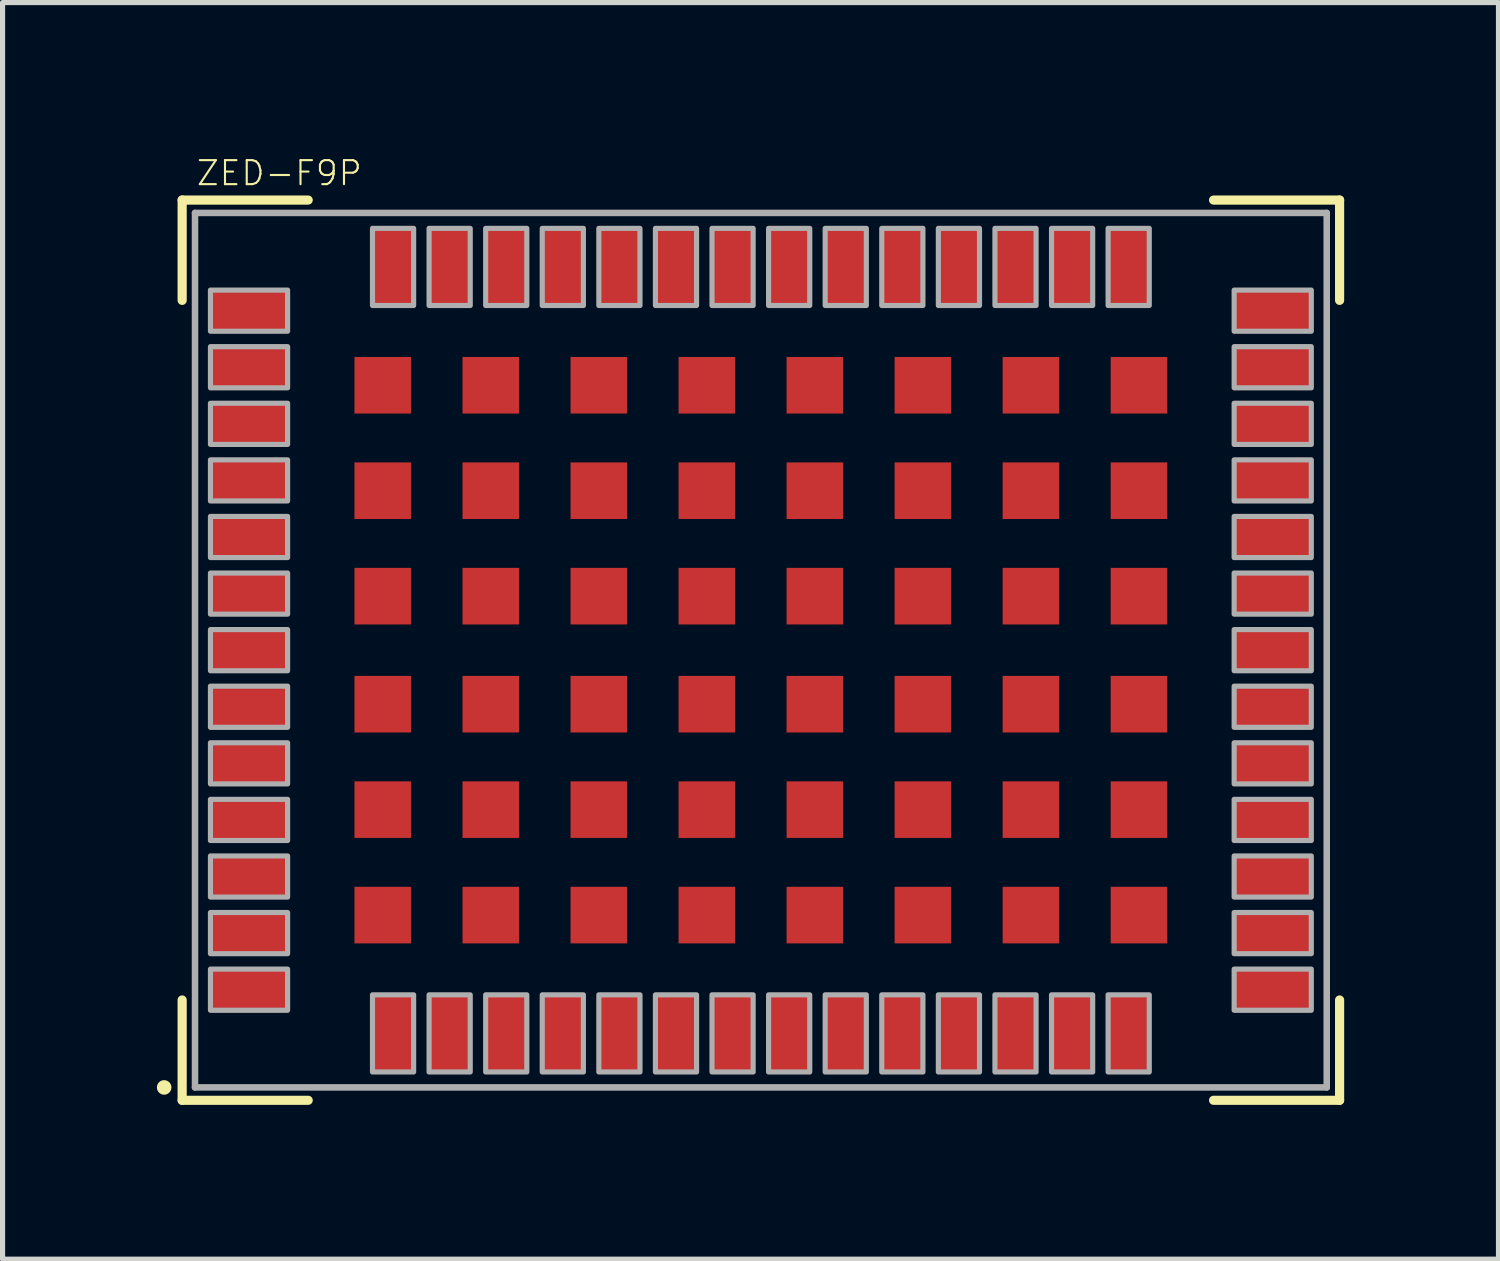
<source format=kicad_pcb>
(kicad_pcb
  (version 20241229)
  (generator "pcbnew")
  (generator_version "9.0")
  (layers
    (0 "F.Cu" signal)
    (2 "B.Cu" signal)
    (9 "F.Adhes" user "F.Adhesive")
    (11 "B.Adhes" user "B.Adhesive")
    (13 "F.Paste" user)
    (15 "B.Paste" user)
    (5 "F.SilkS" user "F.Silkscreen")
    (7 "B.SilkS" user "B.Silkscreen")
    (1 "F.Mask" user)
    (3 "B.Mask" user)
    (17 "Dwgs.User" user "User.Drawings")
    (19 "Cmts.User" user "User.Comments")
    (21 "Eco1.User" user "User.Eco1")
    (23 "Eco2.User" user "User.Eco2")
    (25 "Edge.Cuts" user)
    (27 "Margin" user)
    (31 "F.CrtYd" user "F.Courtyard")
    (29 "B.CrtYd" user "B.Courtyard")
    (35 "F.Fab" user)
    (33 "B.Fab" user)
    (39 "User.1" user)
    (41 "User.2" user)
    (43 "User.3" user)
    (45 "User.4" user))
  (footprint "ZED-F9P"
    (layer "F.Cu")
    (at 11.741 9.589)
    (property "Reference" "ZED-F9P" (at -11 -9 0) (layer "F.SilkS") (effects (font (size 0.467 0.467) (thickness 0.041)) (justify left bottom)))
    (fp_line (start -11.25 -8.75) (end -8.8 -8.75) (stroke (width 0.178) (type solid)) (layer "F.SilkS"))
    (fp_line (start -11.25 -6.8) (end -11.25 -8.75) (stroke (width 0.178) (type solid)) (layer "F.SilkS"))
    (fp_line (start -11.25 8.75) (end -11.25 6.8) (stroke (width 0.178) (type solid)) (layer "F.SilkS"))
    (fp_line (start -8.8 8.75) (end -11.25 8.75) (stroke (width 0.178) (type solid)) (layer "F.SilkS"))
    (fp_line (start 8.8 -8.75) (end 11.25 -8.75) (stroke (width 0.178) (type solid)) (layer "F.SilkS"))
    (fp_line (start 11.25 -8.75) (end 11.25 -6.8) (stroke (width 0.178) (type solid)) (layer "F.SilkS"))
    (fp_line (start 11.25 6.8) (end 11.25 8.75) (stroke (width 0.178) (type solid)) (layer "F.SilkS"))
    (fp_line (start 11.25 8.75) (end 8.8 8.75) (stroke (width 0.178) (type solid)) (layer "F.SilkS"))
    (fp_circle (center -11.6 8.5) (end -11.529 8.5) (stroke (width 0.141) (type solid)) (fill yes) (layer "F.SilkS"))
    (fp_poly (pts (xy -7.8 -4.7) (xy -6.9 -4.7) (xy -6.9 -5.6) (xy -7.8 -5.6)) (stroke (width 0) (type default)) (fill yes) (layer "F.Paste"))
    (fp_poly (pts (xy -7.8 -2.65) (xy -6.9 -2.65) (xy -6.9 -3.55) (xy -7.8 -3.55)) (stroke (width 0) (type default)) (fill yes) (layer "F.Paste"))
    (fp_poly (pts (xy -7.8 -0.6) (xy -6.9 -0.6) (xy -6.9 -1.5) (xy -7.8 -1.5)) (stroke (width 0) (type default)) (fill yes) (layer "F.Paste"))
    (fp_poly (pts (xy -7.8 1.5) (xy -6.9 1.5) (xy -6.9 0.6) (xy -7.8 0.6)) (stroke (width 0) (type default)) (fill yes) (layer "F.Paste"))
    (fp_poly (pts (xy -7.8 3.55) (xy -6.9 3.55) (xy -6.9 2.65) (xy -7.8 2.65)) (stroke (width 0) (type default)) (fill yes) (layer "F.Paste"))
    (fp_poly (pts (xy -7.8 5.6) (xy -6.9 5.6) (xy -6.9 4.7) (xy -7.8 4.7)) (stroke (width 0) (type default)) (fill yes) (layer "F.Paste"))
    (fp_poly (pts (xy -5.7 -4.7) (xy -4.8 -4.7) (xy -4.8 -5.6) (xy -5.7 -5.6)) (stroke (width 0) (type default)) (fill yes) (layer "F.Paste"))
    (fp_poly (pts (xy -5.7 -2.65) (xy -4.8 -2.65) (xy -4.8 -3.55) (xy -5.7 -3.55)) (stroke (width 0) (type default)) (fill yes) (layer "F.Paste"))
    (fp_poly (pts (xy -5.7 -0.6) (xy -4.8 -0.6) (xy -4.8 -1.5) (xy -5.7 -1.5)) (stroke (width 0) (type default)) (fill yes) (layer "F.Paste"))
    (fp_poly (pts (xy -5.7 1.5) (xy -4.8 1.5) (xy -4.8 0.6) (xy -5.7 0.6)) (stroke (width 0) (type default)) (fill yes) (layer "F.Paste"))
    (fp_poly (pts (xy -5.7 3.55) (xy -4.8 3.55) (xy -4.8 2.65) (xy -5.7 2.65)) (stroke (width 0) (type default)) (fill yes) (layer "F.Paste"))
    (fp_poly (pts (xy -5.7 5.6) (xy -4.8 5.6) (xy -4.8 4.7) (xy -5.7 4.7)) (stroke (width 0) (type default)) (fill yes) (layer "F.Paste"))
    (fp_poly (pts (xy -3.6 -4.7) (xy -2.7 -4.7) (xy -2.7 -5.6) (xy -3.6 -5.6)) (stroke (width 0) (type default)) (fill yes) (layer "F.Paste"))
    (fp_poly (pts (xy -3.6 -2.65) (xy -2.7 -2.65) (xy -2.7 -3.55) (xy -3.6 -3.55)) (stroke (width 0) (type default)) (fill yes) (layer "F.Paste"))
    (fp_poly (pts (xy -3.6 -0.6) (xy -2.7 -0.6) (xy -2.7 -1.5) (xy -3.6 -1.5)) (stroke (width 0) (type default)) (fill yes) (layer "F.Paste"))
    (fp_poly (pts (xy -3.6 1.5) (xy -2.7 1.5) (xy -2.7 0.6) (xy -3.6 0.6)) (stroke (width 0) (type default)) (fill yes) (layer "F.Paste"))
    (fp_poly (pts (xy -3.6 3.55) (xy -2.7 3.55) (xy -2.7 2.65) (xy -3.6 2.65)) (stroke (width 0) (type default)) (fill yes) (layer "F.Paste"))
    (fp_poly (pts (xy -3.6 5.6) (xy -2.7 5.6) (xy -2.7 4.7) (xy -3.6 4.7)) (stroke (width 0) (type default)) (fill yes) (layer "F.Paste"))
    (fp_poly (pts (xy -1.5 -4.7) (xy -0.6 -4.7) (xy -0.6 -5.6) (xy -1.5 -5.6)) (stroke (width 0) (type default)) (fill yes) (layer "F.Paste"))
    (fp_poly (pts (xy -1.5 -2.65) (xy -0.6 -2.65) (xy -0.6 -3.55) (xy -1.5 -3.55)) (stroke (width 0) (type default)) (fill yes) (layer "F.Paste"))
    (fp_poly (pts (xy -1.5 -0.6) (xy -0.6 -0.6) (xy -0.6 -1.5) (xy -1.5 -1.5)) (stroke (width 0) (type default)) (fill yes) (layer "F.Paste"))
    (fp_poly (pts (xy -1.5 1.5) (xy -0.6 1.5) (xy -0.6 0.6) (xy -1.5 0.6)) (stroke (width 0) (type default)) (fill yes) (layer "F.Paste"))
    (fp_poly (pts (xy -1.5 3.55) (xy -0.6 3.55) (xy -0.6 2.65) (xy -1.5 2.65)) (stroke (width 0) (type default)) (fill yes) (layer "F.Paste"))
    (fp_poly (pts (xy -1.5 5.6) (xy -0.6 5.6) (xy -0.6 4.7) (xy -1.5 4.7)) (stroke (width 0) (type default)) (fill yes) (layer "F.Paste"))
    (fp_poly (pts (xy 0.6 -4.7) (xy 1.5 -4.7) (xy 1.5 -5.6) (xy 0.6 -5.6)) (stroke (width 0) (type default)) (fill yes) (layer "F.Paste"))
    (fp_poly (pts (xy 0.6 -2.65) (xy 1.5 -2.65) (xy 1.5 -3.55) (xy 0.6 -3.55)) (stroke (width 0) (type default)) (fill yes) (layer "F.Paste"))
    (fp_poly (pts (xy 0.6 -0.6) (xy 1.5 -0.6) (xy 1.5 -1.5) (xy 0.6 -1.5)) (stroke (width 0) (type default)) (fill yes) (layer "F.Paste"))
    (fp_poly (pts (xy 0.6 1.5) (xy 1.5 1.5) (xy 1.5 0.6) (xy 0.6 0.6)) (stroke (width 0) (type default)) (fill yes) (layer "F.Paste"))
    (fp_poly (pts (xy 0.6 3.55) (xy 1.5 3.55) (xy 1.5 2.65) (xy 0.6 2.65)) (stroke (width 0) (type default)) (fill yes) (layer "F.Paste"))
    (fp_poly (pts (xy 0.6 5.6) (xy 1.5 5.6) (xy 1.5 4.7) (xy 0.6 4.7)) (stroke (width 0) (type default)) (fill yes) (layer "F.Paste"))
    (fp_poly (pts (xy 2.7 -4.7) (xy 3.6 -4.7) (xy 3.6 -5.6) (xy 2.7 -5.6)) (stroke (width 0) (type default)) (fill yes) (layer "F.Paste"))
    (fp_poly (pts (xy 2.7 -2.65) (xy 3.6 -2.65) (xy 3.6 -3.55) (xy 2.7 -3.55)) (stroke (width 0) (type default)) (fill yes) (layer "F.Paste"))
    (fp_poly (pts (xy 2.7 -0.6) (xy 3.6 -0.6) (xy 3.6 -1.5) (xy 2.7 -1.5)) (stroke (width 0) (type default)) (fill yes) (layer "F.Paste"))
    (fp_poly (pts (xy 2.7 1.5) (xy 3.6 1.5) (xy 3.6 0.6) (xy 2.7 0.6)) (stroke (width 0) (type default)) (fill yes) (layer "F.Paste"))
    (fp_poly (pts (xy 2.7 3.55) (xy 3.6 3.55) (xy 3.6 2.65) (xy 2.7 2.65)) (stroke (width 0) (type default)) (fill yes) (layer "F.Paste"))
    (fp_poly (pts (xy 2.7 5.6) (xy 3.6 5.6) (xy 3.6 4.7) (xy 2.7 4.7)) (stroke (width 0) (type default)) (fill yes) (layer "F.Paste"))
    (fp_poly (pts (xy 4.8 -4.7) (xy 5.7 -4.7) (xy 5.7 -5.6) (xy 4.8 -5.6)) (stroke (width 0) (type default)) (fill yes) (layer "F.Paste"))
    (fp_poly (pts (xy 4.8 -2.65) (xy 5.7 -2.65) (xy 5.7 -3.55) (xy 4.8 -3.55)) (stroke (width 0) (type default)) (fill yes) (layer "F.Paste"))
    (fp_poly (pts (xy 4.8 -0.6) (xy 5.7 -0.6) (xy 5.7 -1.5) (xy 4.8 -1.5)) (stroke (width 0) (type default)) (fill yes) (layer "F.Paste"))
    (fp_poly (pts (xy 4.8 1.5) (xy 5.7 1.5) (xy 5.7 0.6) (xy 4.8 0.6)) (stroke (width 0) (type default)) (fill yes) (layer "F.Paste"))
    (fp_poly (pts (xy 4.8 3.55) (xy 5.7 3.55) (xy 5.7 2.65) (xy 4.8 2.65)) (stroke (width 0) (type default)) (fill yes) (layer "F.Paste"))
    (fp_poly (pts (xy 4.8 5.6) (xy 5.7 5.6) (xy 5.7 4.7) (xy 4.8 4.7)) (stroke (width 0) (type default)) (fill yes) (layer "F.Paste"))
    (fp_poly (pts (xy 6.9 -4.7) (xy 7.8 -4.7) (xy 7.8 -5.6) (xy 6.9 -5.6)) (stroke (width 0) (type default)) (fill yes) (layer "F.Paste"))
    (fp_poly (pts (xy 6.9 -2.65) (xy 7.8 -2.65) (xy 7.8 -3.55) (xy 6.9 -3.55)) (stroke (width 0) (type default)) (fill yes) (layer "F.Paste"))
    (fp_poly (pts (xy 6.9 -0.6) (xy 7.8 -0.6) (xy 7.8 -1.5) (xy 6.9 -1.5)) (stroke (width 0) (type default)) (fill yes) (layer "F.Paste"))
    (fp_poly (pts (xy 6.9 1.5) (xy 7.8 1.5) (xy 7.8 0.6) (xy 6.9 0.6)) (stroke (width 0) (type default)) (fill yes) (layer "F.Paste"))
    (fp_poly (pts (xy 6.9 3.55) (xy 7.8 3.55) (xy 7.8 2.65) (xy 6.9 2.65)) (stroke (width 0) (type default)) (fill yes) (layer "F.Paste"))
    (fp_poly (pts (xy 6.9 5.6) (xy 7.8 5.6) (xy 7.8 4.7) (xy 6.9 4.7)) (stroke (width 0) (type default)) (fill yes) (layer "F.Paste"))
    (fp_line (start -11 -8.5) (end 11 -8.5) (stroke (width 0.127) (type solid)) (layer "F.Fab"))
    (fp_line (start -11 8.5) (end -11 -8.5) (stroke (width 0.127) (type solid)) (layer "F.Fab"))
    (fp_line (start 11 -8.5) (end 11 8.5) (stroke (width 0.127) (type solid)) (layer "F.Fab"))
    (fp_line (start 11 8.5) (end -11 8.5) (stroke (width 0.127) (type solid)) (layer "F.Fab"))
    (fp_poly (pts (xy -10.7 -6.2) (xy -9.2 -6.2) (xy -9.2 -7) (xy -10.7 -7)) (stroke (width 0.1) (type default)) (fill no) (layer "F.Fab"))
    (fp_poly (pts (xy -10.7 -5.1) (xy -9.2 -5.1) (xy -9.2 -5.9) (xy -10.7 -5.9)) (stroke (width 0.1) (type default)) (fill no) (layer "F.Fab"))
    (fp_poly (pts (xy -10.7 -4) (xy -9.2 -4) (xy -9.2 -4.8) (xy -10.7 -4.8)) (stroke (width 0.1) (type default)) (fill no) (layer "F.Fab"))
    (fp_poly (pts (xy -10.7 -2.9) (xy -9.2 -2.9) (xy -9.2 -3.7) (xy -10.7 -3.7)) (stroke (width 0.1) (type default)) (fill no) (layer "F.Fab"))
    (fp_poly (pts (xy -10.7 -1.8) (xy -9.2 -1.8) (xy -9.2 -2.6) (xy -10.7 -2.6)) (stroke (width 0.1) (type default)) (fill no) (layer "F.Fab"))
    (fp_poly (pts (xy -10.7 -0.7) (xy -9.2 -0.7) (xy -9.2 -1.5) (xy -10.7 -1.5)) (stroke (width 0.1) (type default)) (fill no) (layer "F.Fab"))
    (fp_poly (pts (xy -10.7 0.4) (xy -9.2 0.4) (xy -9.2 -0.4) (xy -10.7 -0.4)) (stroke (width 0.1) (type default)) (fill no) (layer "F.Fab"))
    (fp_poly (pts (xy -10.7 1.5) (xy -9.2 1.5) (xy -9.2 0.7) (xy -10.7 0.7)) (stroke (width 0.1) (type default)) (fill no) (layer "F.Fab"))
    (fp_poly (pts (xy -10.7 2.6) (xy -9.2 2.6) (xy -9.2 1.8) (xy -10.7 1.8)) (stroke (width 0.1) (type default)) (fill no) (layer "F.Fab"))
    (fp_poly (pts (xy -10.7 3.7) (xy -9.2 3.7) (xy -9.2 2.9) (xy -10.7 2.9)) (stroke (width 0.1) (type default)) (fill no) (layer "F.Fab"))
    (fp_poly (pts (xy -10.7 4.8) (xy -9.2 4.8) (xy -9.2 4) (xy -10.7 4)) (stroke (width 0.1) (type default)) (fill no) (layer "F.Fab"))
    (fp_poly (pts (xy -10.7 5.9) (xy -9.2 5.9) (xy -9.2 5.1) (xy -10.7 5.1)) (stroke (width 0.1) (type default)) (fill no) (layer "F.Fab"))
    (fp_poly (pts (xy -10.7 7) (xy -9.2 7) (xy -9.2 6.2) (xy -10.7 6.2)) (stroke (width 0.1) (type default)) (fill no) (layer "F.Fab"))
    (fp_poly (pts (xy -7.55 -6.7) (xy -6.75 -6.7) (xy -6.75 -8.2) (xy -7.55 -8.2)) (stroke (width 0.1) (type default)) (fill no) (layer "F.Fab"))
    (fp_poly (pts (xy -7.55 8.2) (xy -6.75 8.2) (xy -6.75 6.7) (xy -7.55 6.7)) (stroke (width 0.1) (type default)) (fill no) (layer "F.Fab"))
    (fp_poly (pts (xy -6.45 -6.7) (xy -5.65 -6.7) (xy -5.65 -8.2) (xy -6.45 -8.2)) (stroke (width 0.1) (type default)) (fill no) (layer "F.Fab"))
    (fp_poly (pts (xy -6.45 8.2) (xy -5.65 8.2) (xy -5.65 6.7) (xy -6.45 6.7)) (stroke (width 0.1) (type default)) (fill no) (layer "F.Fab"))
    (fp_poly (pts (xy -5.35 -6.7) (xy -4.55 -6.7) (xy -4.55 -8.2) (xy -5.35 -8.2)) (stroke (width 0.1) (type default)) (fill no) (layer "F.Fab"))
    (fp_poly (pts (xy -5.35 8.2) (xy -4.55 8.2) (xy -4.55 6.7) (xy -5.35 6.7)) (stroke (width 0.1) (type default)) (fill no) (layer "F.Fab"))
    (fp_poly (pts (xy -4.25 -6.7) (xy -3.45 -6.7) (xy -3.45 -8.2) (xy -4.25 -8.2)) (stroke (width 0.1) (type default)) (fill no) (layer "F.Fab"))
    (fp_poly (pts (xy -4.25 8.2) (xy -3.45 8.2) (xy -3.45 6.7) (xy -4.25 6.7)) (stroke (width 0.1) (type default)) (fill no) (layer "F.Fab"))
    (fp_poly (pts (xy -3.15 -6.7) (xy -2.35 -6.7) (xy -2.35 -8.2) (xy -3.15 -8.2)) (stroke (width 0.1) (type default)) (fill no) (layer "F.Fab"))
    (fp_poly (pts (xy -3.15 8.2) (xy -2.35 8.2) (xy -2.35 6.7) (xy -3.15 6.7)) (stroke (width 0.1) (type default)) (fill no) (layer "F.Fab"))
    (fp_poly (pts (xy -2.05 -6.7) (xy -1.25 -6.7) (xy -1.25 -8.2) (xy -2.05 -8.2)) (stroke (width 0.1) (type default)) (fill no) (layer "F.Fab"))
    (fp_poly (pts (xy -2.05 8.2) (xy -1.25 8.2) (xy -1.25 6.7) (xy -2.05 6.7)) (stroke (width 0.1) (type default)) (fill no) (layer "F.Fab"))
    (fp_poly (pts (xy -0.95 -6.7) (xy -0.15 -6.7) (xy -0.15 -8.2) (xy -0.95 -8.2)) (stroke (width 0.1) (type default)) (fill no) (layer "F.Fab"))
    (fp_poly (pts (xy -0.95 8.2) (xy -0.15 8.2) (xy -0.15 6.7) (xy -0.95 6.7)) (stroke (width 0.1) (type default)) (fill no) (layer "F.Fab"))
    (fp_poly (pts (xy 0.15 -6.7) (xy 0.95 -6.7) (xy 0.95 -8.2) (xy 0.15 -8.2)) (stroke (width 0.1) (type default)) (fill no) (layer "F.Fab"))
    (fp_poly (pts (xy 0.15 8.2) (xy 0.95 8.2) (xy 0.95 6.7) (xy 0.15 6.7)) (stroke (width 0.1) (type default)) (fill no) (layer "F.Fab"))
    (fp_poly (pts (xy 1.25 -6.7) (xy 2.05 -6.7) (xy 2.05 -8.2) (xy 1.25 -8.2)) (stroke (width 0.1) (type default)) (fill no) (layer "F.Fab"))
    (fp_poly (pts (xy 1.25 8.2) (xy 2.05 8.2) (xy 2.05 6.7) (xy 1.25 6.7)) (stroke (width 0.1) (type default)) (fill no) (layer "F.Fab"))
    (fp_poly (pts (xy 2.35 -6.7) (xy 3.15 -6.7) (xy 3.15 -8.2) (xy 2.35 -8.2)) (stroke (width 0.1) (type default)) (fill no) (layer "F.Fab"))
    (fp_poly (pts (xy 2.35 8.2) (xy 3.15 8.2) (xy 3.15 6.7) (xy 2.35 6.7)) (stroke (width 0.1) (type default)) (fill no) (layer "F.Fab"))
    (fp_poly (pts (xy 3.45 -6.7) (xy 4.25 -6.7) (xy 4.25 -8.2) (xy 3.45 -8.2)) (stroke (width 0.1) (type default)) (fill no) (layer "F.Fab"))
    (fp_poly (pts (xy 3.45 8.2) (xy 4.25 8.2) (xy 4.25 6.7) (xy 3.45 6.7)) (stroke (width 0.1) (type default)) (fill no) (layer "F.Fab"))
    (fp_poly (pts (xy 4.55 -6.7) (xy 5.35 -6.7) (xy 5.35 -8.2) (xy 4.55 -8.2)) (stroke (width 0.1) (type default)) (fill no) (layer "F.Fab"))
    (fp_poly (pts (xy 4.55 8.2) (xy 5.35 8.2) (xy 5.35 6.7) (xy 4.55 6.7)) (stroke (width 0.1) (type default)) (fill no) (layer "F.Fab"))
    (fp_poly (pts (xy 5.65 -6.7) (xy 6.45 -6.7) (xy 6.45 -8.2) (xy 5.65 -8.2)) (stroke (width 0.1) (type default)) (fill no) (layer "F.Fab"))
    (fp_poly (pts (xy 5.65 8.2) (xy 6.45 8.2) (xy 6.45 6.7) (xy 5.65 6.7)) (stroke (width 0.1) (type default)) (fill no) (layer "F.Fab"))
    (fp_poly (pts (xy 6.75 -6.7) (xy 7.55 -6.7) (xy 7.55 -8.2) (xy 6.75 -8.2)) (stroke (width 0.1) (type default)) (fill no) (layer "F.Fab"))
    (fp_poly (pts (xy 6.75 8.2) (xy 7.55 8.2) (xy 7.55 6.7) (xy 6.75 6.7)) (stroke (width 0.1) (type default)) (fill no) (layer "F.Fab"))
    (fp_poly (pts (xy 9.2 -6.2) (xy 10.7 -6.2) (xy 10.7 -7) (xy 9.2 -7)) (stroke (width 0.1) (type default)) (fill no) (layer "F.Fab"))
    (fp_poly (pts (xy 9.2 -5.1) (xy 10.7 -5.1) (xy 10.7 -5.9) (xy 9.2 -5.9)) (stroke (width 0.1) (type default)) (fill no) (layer "F.Fab"))
    (fp_poly (pts (xy 9.2 -4) (xy 10.7 -4) (xy 10.7 -4.8) (xy 9.2 -4.8)) (stroke (width 0.1) (type default)) (fill no) (layer "F.Fab"))
    (fp_poly (pts (xy 9.2 -2.9) (xy 10.7 -2.9) (xy 10.7 -3.7) (xy 9.2 -3.7)) (stroke (width 0.1) (type default)) (fill no) (layer "F.Fab"))
    (fp_poly (pts (xy 9.2 -1.8) (xy 10.7 -1.8) (xy 10.7 -2.6) (xy 9.2 -2.6)) (stroke (width 0.1) (type default)) (fill no) (layer "F.Fab"))
    (fp_poly (pts (xy 9.2 -0.7) (xy 10.7 -0.7) (xy 10.7 -1.5) (xy 9.2 -1.5)) (stroke (width 0.1) (type default)) (fill no) (layer "F.Fab"))
    (fp_poly (pts (xy 9.2 0.4) (xy 10.7 0.4) (xy 10.7 -0.4) (xy 9.2 -0.4)) (stroke (width 0.1) (type default)) (fill no) (layer "F.Fab"))
    (fp_poly (pts (xy 9.2 1.5) (xy 10.7 1.5) (xy 10.7 0.7) (xy 9.2 0.7)) (stroke (width 0.1) (type default)) (fill no) (layer "F.Fab"))
    (fp_poly (pts (xy 9.2 2.6) (xy 10.7 2.6) (xy 10.7 1.8) (xy 9.2 1.8)) (stroke (width 0.1) (type default)) (fill no) (layer "F.Fab"))
    (fp_poly (pts (xy 9.2 3.7) (xy 10.7 3.7) (xy 10.7 2.9) (xy 9.2 2.9)) (stroke (width 0.1) (type default)) (fill no) (layer "F.Fab"))
    (fp_poly (pts (xy 9.2 4.8) (xy 10.7 4.8) (xy 10.7 4) (xy 9.2 4)) (stroke (width 0.1) (type default)) (fill no) (layer "F.Fab"))
    (fp_poly (pts (xy 9.2 5.9) (xy 10.7 5.9) (xy 10.7 5.1) (xy 9.2 5.1)) (stroke (width 0.1) (type default)) (fill no) (layer "F.Fab"))
    (fp_poly (pts (xy 9.2 7) (xy 10.7 7) (xy 10.7 6.2) (xy 9.2 6.2)) (stroke (width 0.1) (type default)) (fill no) (layer "F.Fab"))
    (pad "1" smd rect (at -7.15 7.45 90) (size 1.52 0.85) (layers "F.Cu" "F.Mask" "F.Paste"))
    (pad "2" smd rect (at -6.05 7.45 90) (size 1.52 0.85) (layers "F.Cu" "F.Mask" "F.Paste"))
    (pad "3" smd rect (at -4.95 7.45 90) (size 1.52 0.85) (layers "F.Cu" "F.Mask" "F.Paste"))
    (pad "4" smd rect (at -3.85 7.45 90) (size 1.52 0.85) (layers "F.Cu" "F.Mask" "F.Paste"))
    (pad "5" smd rect (at -2.75 7.45 90) (size 1.52 0.85) (layers "F.Cu" "F.Mask" "F.Paste"))
    (pad "6" smd rect (at -1.65 7.45 90) (size 1.52 0.85) (layers "F.Cu" "F.Mask" "F.Paste"))
    (pad "7" smd rect (at -0.55 7.45 90) (size 1.52 0.85) (layers "F.Cu" "F.Mask" "F.Paste"))
    (pad "8" smd rect (at 0.55 7.45 90) (size 1.52 0.85) (layers "F.Cu" "F.Mask" "F.Paste"))
    (pad "9" smd rect (at 1.65 7.45 90) (size 1.52 0.85) (layers "F.Cu" "F.Mask" "F.Paste"))
    (pad "10" smd rect (at 2.75 7.45 90) (size 1.52 0.85) (layers "F.Cu" "F.Mask" "F.Paste"))
    (pad "11" smd rect (at 3.85 7.45 90) (size 1.52 0.85) (layers "F.Cu" "F.Mask" "F.Paste"))
    (pad "12" smd rect (at 4.95 7.45 90) (size 1.52 0.85) (layers "F.Cu" "F.Mask" "F.Paste"))
    (pad "13" smd rect (at 6.05 7.45 90) (size 1.52 0.85) (layers "F.Cu" "F.Mask" "F.Paste"))
    (pad "14" smd rect (at 7.15 7.45 90) (size 1.52 0.85) (layers "F.Cu" "F.Mask" "F.Paste"))
    (pad "15" smd rect (at 9.95 6.6) (size 1.52 0.85) (layers "F.Cu" "F.Mask" "F.Paste"))
    (pad "16" smd rect (at 9.95 5.5) (size 1.52 0.85) (layers "F.Cu" "F.Mask" "F.Paste"))
    (pad "17" smd rect (at 9.95 4.4) (size 1.52 0.85) (layers "F.Cu" "F.Mask" "F.Paste"))
    (pad "18" smd rect (at 9.95 3.3) (size 1.52 0.85) (layers "F.Cu" "F.Mask" "F.Paste"))
    (pad "19" smd rect (at 9.95 2.2) (size 1.52 0.85) (layers "F.Cu" "F.Mask" "F.Paste"))
    (pad "20" smd rect (at 9.95 1.1) (size 1.52 0.85) (layers "F.Cu" "F.Mask" "F.Paste"))
    (pad "21" smd rect (at 9.95 0) (size 1.52 0.85) (layers "F.Cu" "F.Mask" "F.Paste"))
    (pad "22" smd rect (at 9.95 -1.1) (size 1.52 0.85) (layers "F.Cu" "F.Mask" "F.Paste"))
    (pad "23" smd rect (at 9.95 -2.2) (size 1.52 0.85) (layers "F.Cu" "F.Mask" "F.Paste"))
    (pad "24" smd rect (at 9.95 -3.3) (size 1.52 0.85) (layers "F.Cu" "F.Mask" "F.Paste"))
    (pad "25" smd rect (at 9.95 -4.4) (size 1.52 0.85) (layers "F.Cu" "F.Mask" "F.Paste"))
    (pad "26" smd rect (at 9.95 -5.5) (size 1.52 0.85) (layers "F.Cu" "F.Mask" "F.Paste"))
    (pad "27" smd rect (at 9.95 -6.6) (size 1.52 0.85) (layers "F.Cu" "F.Mask" "F.Paste"))
    (pad "28" smd rect (at 7.15 -7.45 270) (size 1.52 0.85) (layers "F.Cu" "F.Mask" "F.Paste"))
    (pad "29" smd rect (at 6.05 -7.45 270) (size 1.52 0.85) (layers "F.Cu" "F.Mask" "F.Paste"))
    (pad "30" smd rect (at 4.95 -7.45 270) (size 1.52 0.85) (layers "F.Cu" "F.Mask" "F.Paste"))
    (pad "31" smd rect (at 3.85 -7.45 270) (size 1.52 0.85) (layers "F.Cu" "F.Mask" "F.Paste"))
    (pad "32" smd rect (at 2.75 -7.45 270) (size 1.52 0.85) (layers "F.Cu" "F.Mask" "F.Paste"))
    (pad "33" smd rect (at 1.65 -7.45 270) (size 1.52 0.85) (layers "F.Cu" "F.Mask" "F.Paste"))
    (pad "34" smd rect (at 0.55 -7.45 270) (size 1.52 0.85) (layers "F.Cu" "F.Mask" "F.Paste"))
    (pad "35" smd rect (at -0.55 -7.45 270) (size 1.52 0.85) (layers "F.Cu" "F.Mask" "F.Paste"))
    (pad "36" smd rect (at -1.65 -7.45 270) (size 1.52 0.85) (layers "F.Cu" "F.Mask" "F.Paste"))
    (pad "37" smd rect (at -2.75 -7.45 270) (size 1.52 0.85) (layers "F.Cu" "F.Mask" "F.Paste"))
    (pad "38" smd rect (at -3.85 -7.45 270) (size 1.52 0.85) (layers "F.Cu" "F.Mask" "F.Paste"))
    (pad "39" smd rect (at -4.95 -7.45 270) (size 1.52 0.85) (layers "F.Cu" "F.Mask" "F.Paste"))
    (pad "40" smd rect (at -6.05 -7.45 270) (size 1.52 0.85) (layers "F.Cu" "F.Mask" "F.Paste"))
    (pad "41" smd rect (at -7.15 -7.45 270) (size 1.52 0.85) (layers "F.Cu" "F.Mask" "F.Paste"))
    (pad "42" smd rect (at -9.95 -6.6 180) (size 1.52 0.85) (layers "F.Cu" "F.Mask" "F.Paste"))
    (pad "43" smd rect (at -9.95 -5.5 180) (size 1.52 0.85) (layers "F.Cu" "F.Mask" "F.Paste"))
    (pad "44" smd rect (at -9.95 -4.4 180) (size 1.52 0.85) (layers "F.Cu" "F.Mask" "F.Paste"))
    (pad "45" smd rect (at -9.95 -3.3 180) (size 1.52 0.85) (layers "F.Cu" "F.Mask" "F.Paste"))
    (pad "46" smd rect (at -9.95 -2.2 180) (size 1.52 0.85) (layers "F.Cu" "F.Mask" "F.Paste"))
    (pad "47" smd rect (at -9.95 -1.1 180) (size 1.52 0.85) (layers "F.Cu" "F.Mask" "F.Paste"))
    (pad "48" smd rect (at -9.95 0 180) (size 1.52 0.85) (layers "F.Cu" "F.Mask" "F.Paste"))
    (pad "49" smd rect (at -9.95 1.1 180) (size 1.52 0.85) (layers "F.Cu" "F.Mask" "F.Paste"))
    (pad "50" smd rect (at -9.95 2.2 180) (size 1.52 0.85) (layers "F.Cu" "F.Mask" "F.Paste"))
    (pad "51" smd rect (at -9.95 3.3 180) (size 1.52 0.85) (layers "F.Cu" "F.Mask" "F.Paste"))
    (pad "52" smd rect (at -9.95 4.4 180) (size 1.52 0.85) (layers "F.Cu" "F.Mask" "F.Paste"))
    (pad "53" smd rect (at -9.95 5.5 180) (size 1.52 0.85) (layers "F.Cu" "F.Mask" "F.Paste"))
    (pad "54" smd rect (at -9.95 6.6 180) (size 1.52 0.85) (layers "F.Cu" "F.Mask" "F.Paste"))
    (pad "55" smd rect (at -1.05 1.05) (size 1.1 1.1) (layers "F.Cu" "F.Mask"))
    (pad "56" smd rect (at -3.15 1.05) (size 1.1 1.1) (layers "F.Cu" "F.Mask"))
    (pad "57" smd rect (at -5.25 1.05) (size 1.1 1.1) (layers "F.Cu" "F.Mask"))
    (pad "58" smd rect (at -7.35 1.05) (size 1.1 1.1) (layers "F.Cu" "F.Mask"))
    (pad "59" smd rect (at -1.05 3.1) (size 1.1 1.1) (layers "F.Cu" "F.Mask"))
    (pad "60" smd rect (at -3.15 3.1) (size 1.1 1.1) (layers "F.Cu" "F.Mask"))
    (pad "61" smd rect (at -5.25 3.1) (size 1.1 1.1) (layers "F.Cu" "F.Mask"))
    (pad "62" smd rect (at -7.35 3.1) (size 1.1 1.1) (layers "F.Cu" "F.Mask"))
    (pad "63" smd rect (at -1.05 5.15) (size 1.1 1.1) (layers "F.Cu" "F.Mask"))
    (pad "64" smd rect (at -3.15 5.15) (size 1.1 1.1) (layers "F.Cu" "F.Mask"))
    (pad "65" smd rect (at -5.25 5.15) (size 1.1 1.1) (layers "F.Cu" "F.Mask"))
    (pad "66" smd rect (at -7.35 5.15) (size 1.1 1.1) (layers "F.Cu" "F.Mask"))
    (pad "67" smd rect (at -1.05 -5.15) (size 1.1 1.1) (layers "F.Cu" "F.Mask"))
    (pad "68" smd rect (at -3.15 -5.15) (size 1.1 1.1) (layers "F.Cu" "F.Mask"))
    (pad "69" smd rect (at -5.25 -5.15) (size 1.1 1.1) (layers "F.Cu" "F.Mask"))
    (pad "70" smd rect (at -7.35 -5.15) (size 1.1 1.1) (layers "F.Cu" "F.Mask"))
    (pad "71" smd rect (at -1.05 -3.1) (size 1.1 1.1) (layers "F.Cu" "F.Mask"))
    (pad "72" smd rect (at -3.15 -3.1) (size 1.1 1.1) (layers "F.Cu" "F.Mask"))
    (pad "73" smd rect (at -5.25 -3.1) (size 1.1 1.1) (layers "F.Cu" "F.Mask"))
    (pad "74" smd rect (at -7.35 -3.1) (size 1.1 1.1) (layers "F.Cu" "F.Mask"))
    (pad "75" smd rect (at -1.05 -1.05) (size 1.1 1.1) (layers "F.Cu" "F.Mask"))
    (pad "76" smd rect (at -3.15 -1.05) (size 1.1 1.1) (layers "F.Cu" "F.Mask"))
    (pad "77" smd rect (at -5.25 -1.05) (size 1.1 1.1) (layers "F.Cu" "F.Mask"))
    (pad "78" smd rect (at -7.35 -1.05) (size 1.1 1.1) (layers "F.Cu" "F.Mask"))
    (pad "79" smd rect (at 1.05 -1.05 180) (size 1.1 1.1) (layers "F.Cu" "F.Mask"))
    (pad "80" smd rect (at 3.15 -1.05 180) (size 1.1 1.1) (layers "F.Cu" "F.Mask"))
    (pad "81" smd rect (at 5.25 -1.05 180) (size 1.1 1.1) (layers "F.Cu" "F.Mask"))
    (pad "82" smd rect (at 7.35 -1.05 180) (size 1.1 1.1) (layers "F.Cu" "F.Mask"))
    (pad "83" smd rect (at 1.05 -3.1 180) (size 1.1 1.1) (layers "F.Cu" "F.Mask"))
    (pad "84" smd rect (at 3.15 -3.1 180) (size 1.1 1.1) (layers "F.Cu" "F.Mask"))
    (pad "85" smd rect (at 5.25 -3.1 180) (size 1.1 1.1) (layers "F.Cu" "F.Mask"))
    (pad "86" smd rect (at 7.35 -3.1 180) (size 1.1 1.1) (layers "F.Cu" "F.Mask"))
    (pad "87" smd rect (at 1.05 -5.15 180) (size 1.1 1.1) (layers "F.Cu" "F.Mask"))
    (pad "88" smd rect (at 3.15 -5.15 180) (size 1.1 1.1) (layers "F.Cu" "F.Mask"))
    (pad "89" smd rect (at 5.25 -5.15 180) (size 1.1 1.1) (layers "F.Cu" "F.Mask"))
    (pad "90" smd rect (at 7.35 -5.15 180) (size 1.1 1.1) (layers "F.Cu" "F.Mask"))
    (pad "91" smd rect (at 1.05 5.15 180) (size 1.1 1.1) (layers "F.Cu" "F.Mask"))
    (pad "92" smd rect (at 3.15 5.15 180) (size 1.1 1.1) (layers "F.Cu" "F.Mask"))
    (pad "93" smd rect (at 5.25 5.15 180) (size 1.1 1.1) (layers "F.Cu" "F.Mask"))
    (pad "94" smd rect (at 7.35 5.15 180) (size 1.1 1.1) (layers "F.Cu" "F.Mask"))
    (pad "95" smd rect (at 1.05 3.1 180) (size 1.1 1.1) (layers "F.Cu" "F.Mask"))
    (pad "96" smd rect (at 3.15 3.1 180) (size 1.1 1.1) (layers "F.Cu" "F.Mask"))
    (pad "97" smd rect (at 5.25 3.1 180) (size 1.1 1.1) (layers "F.Cu" "F.Mask"))
    (pad "98" smd rect (at 7.35 3.1 180) (size 1.1 1.1) (layers "F.Cu" "F.Mask"))
    (pad "99" smd rect (at 1.05 1.05 180) (size 1.1 1.1) (layers "F.Cu" "F.Mask"))
    (pad "100" smd rect (at 3.15 1.05 180) (size 1.1 1.1) (layers "F.Cu" "F.Mask"))
    (pad "101" smd rect (at 5.25 1.05 180) (size 1.1 1.1) (layers "F.Cu" "F.Mask"))
    (pad "102" smd rect (at 7.35 1.05 180) (size 1.1 1.1) (layers "F.Cu" "F.Mask")))
  (gr_rect
    (start -3 -3)
    (end 26.08 21.428)
    (stroke (width 0.1) (type default))
    (fill no)
    (layer "Edge.Cuts")))
</source>
